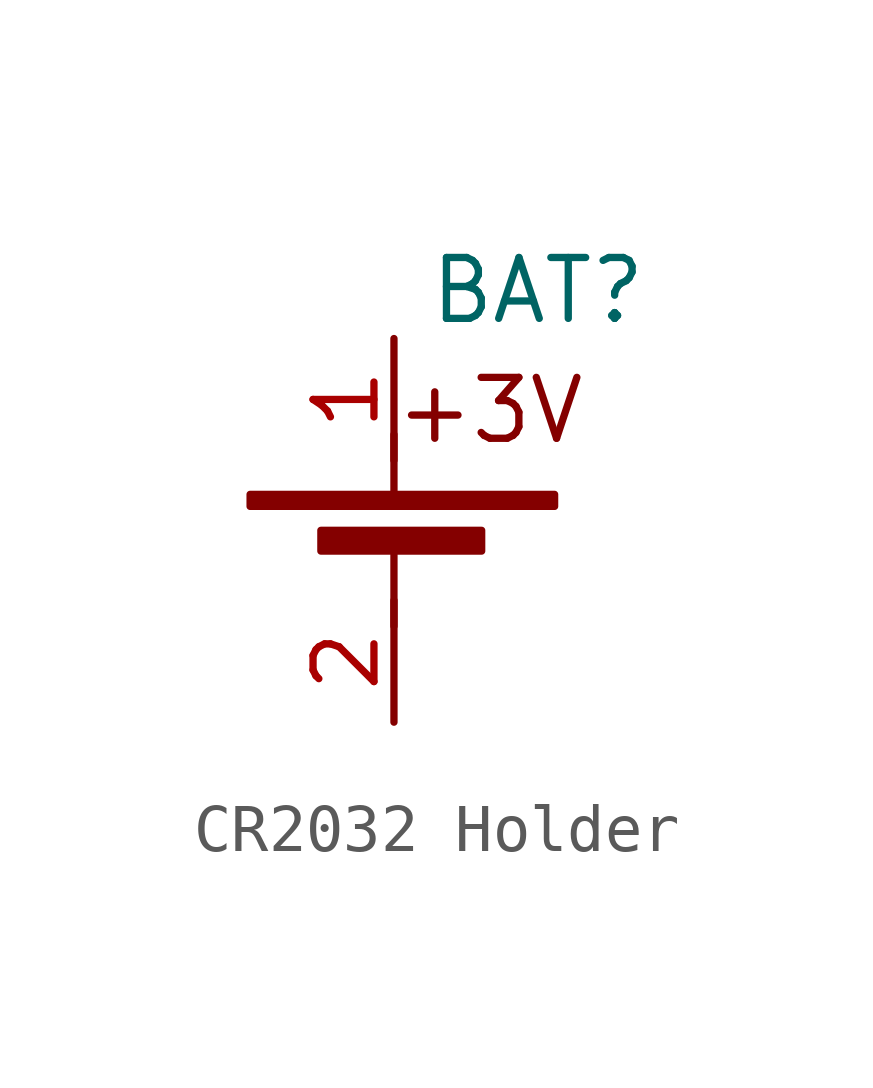
<source format=kicad_sym>
(kicad_symbol_lib
  (version 20211014)
  (generator kicad_symbol_editor)
  (symbol "CR2032 Holder"
    (property "Reference" "BAT"
      (at 3 5 0)
      (effects (font (size 1.27 1.27))))
    (symbol "CR2032 Holder_0_0"
      (text "+3V" (at 2 2.5 0) (effects (font (size 1.27 1.27)))))
    (symbol "CR2032 Holder_0_1"
      (rectangle (start -3 0.75) (end 3.35 0.5) (stroke (width 0) (type default) (color 0 0 0 0)) (fill (type outline)))
      (rectangle (start -1.524 0) (end 1.829 -0.432) (stroke (width 0) (type default) (color 0 0 0 0)) (fill (type outline)))
      (polyline (pts (xy 0 -0.508) (xy 0 -2)) (stroke (width 0) (type default) (color 0 0 0 0)) (fill (type none)))
      (polyline (pts (xy 0 0.508) (xy 0 2)) (stroke (width 0) (type default) (color 0 0 0 0)) (fill (type none))))
    (symbol "CR2032 Holder_1_1"
      (pin passive line (at 0 4 270) (length 2.54) (name "" (effects (font (size 1.27 1.27)))) (number "1" (effects (font (size 1.27 1.27)))))
      (pin passive line (at 0 -4 90) (length 2.54) (name "" (effects (font (size 1.27 1.27)))) (number "2" (effects (font (size 1.27 1.27))))))))
</source>
